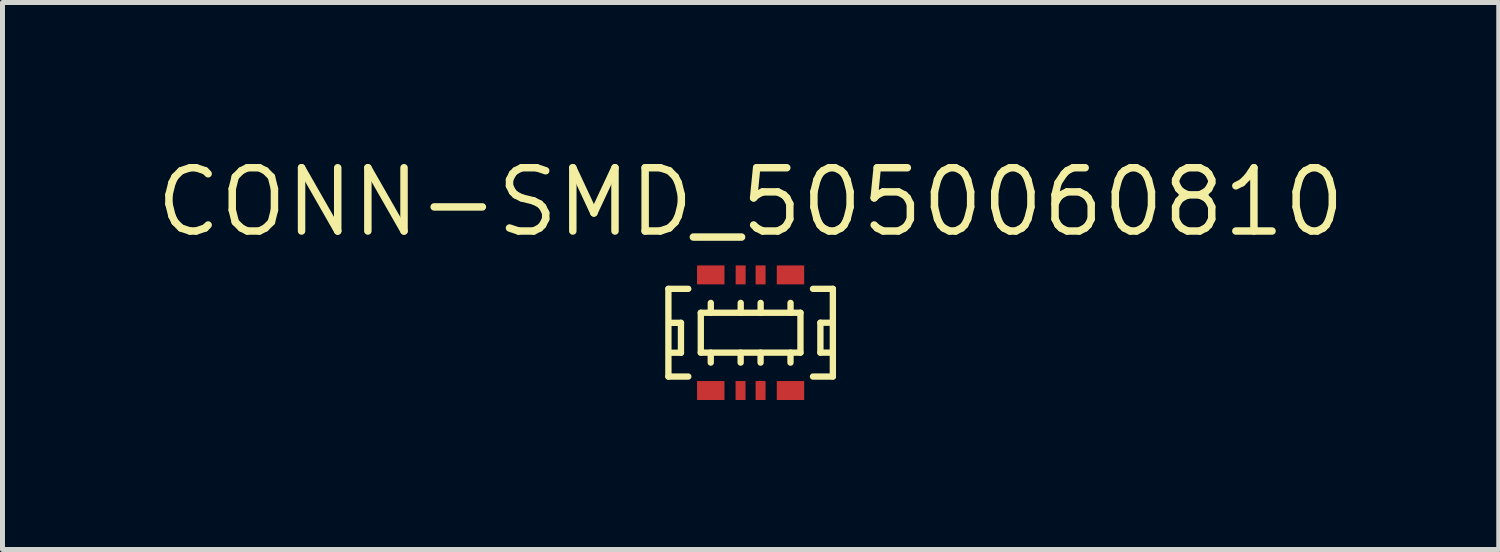
<source format=kicad_pcb>
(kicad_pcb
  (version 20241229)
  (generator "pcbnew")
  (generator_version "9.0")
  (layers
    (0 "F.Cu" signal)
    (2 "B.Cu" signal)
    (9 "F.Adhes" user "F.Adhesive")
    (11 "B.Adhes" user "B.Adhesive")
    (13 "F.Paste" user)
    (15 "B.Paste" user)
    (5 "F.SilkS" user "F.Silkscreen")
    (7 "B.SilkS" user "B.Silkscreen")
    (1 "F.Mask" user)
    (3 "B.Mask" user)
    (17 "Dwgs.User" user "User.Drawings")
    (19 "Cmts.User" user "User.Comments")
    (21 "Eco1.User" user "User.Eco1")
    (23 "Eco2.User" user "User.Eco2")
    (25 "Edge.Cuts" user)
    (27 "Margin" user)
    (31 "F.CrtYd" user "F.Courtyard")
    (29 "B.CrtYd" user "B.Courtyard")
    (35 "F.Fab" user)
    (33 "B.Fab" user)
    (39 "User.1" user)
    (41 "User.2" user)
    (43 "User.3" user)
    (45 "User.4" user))
  (footprint "CONN-SMD_5050060810"
    (layer "F.Cu")
    (at 12.012 3.626)
    (property "Reference" "CONN-SMD_5050060810" (at 0 -2.62 0) (layer "F.SilkS") (effects (font (size 1.27 1.27) (thickness 0.15))))
    (attr smd)
    (fp_line (start -1.65 -0.88) (end -1.251 -0.88) (stroke (width 0.127) (type solid)) (layer "F.SilkS"))
    (fp_line (start -1.65 0.88) (end -1.65 -0.88) (stroke (width 0.127) (type solid)) (layer "F.SilkS"))
    (fp_line (start -1.598 -0.198) (end -1.398 -0.198) (stroke (width 0.127) (type solid)) (layer "F.SilkS"))
    (fp_line (start -1.398 -0.198) (end -1.398 0.402) (stroke (width 0.127) (type solid)) (layer "F.SilkS"))
    (fp_line (start -1.398 0.402) (end -1.598 0.402) (stroke (width 0.127) (type solid)) (layer "F.SilkS"))
    (fp_line (start -1.251 0.88) (end -1.65 0.88) (stroke (width 0.127) (type solid)) (layer "F.SilkS"))
    (fp_line (start -1 -0.4) (end -1 0.4) (stroke (width 0.127) (type solid)) (layer "F.SilkS"))
    (fp_line (start -1 -0.4) (end 1 -0.4) (stroke (width 0.127) (type solid)) (layer "F.SilkS"))
    (fp_line (start -0.8 0.4) (end -0.8 0.6) (stroke (width 0.127) (type solid)) (layer "F.SilkS"))
    (fp_line (start -0.799 -0.398) (end -0.799 -0.598) (stroke (width 0.127) (type solid)) (layer "F.SilkS"))
    (fp_line (start -0.2 0.4) (end -0.2 0.6) (stroke (width 0.127) (type solid)) (layer "F.SilkS"))
    (fp_line (start -0.199 -0.398) (end -0.199 -0.598) (stroke (width 0.127) (type solid)) (layer "F.SilkS"))
    (fp_line (start 0.2 0.4) (end 0.2 0.6) (stroke (width 0.127) (type solid)) (layer "F.SilkS"))
    (fp_line (start 0.201 -0.398) (end 0.201 -0.598) (stroke (width 0.127) (type solid)) (layer "F.SilkS"))
    (fp_line (start 0.8 0.4) (end 0.8 0.6) (stroke (width 0.127) (type solid)) (layer "F.SilkS"))
    (fp_line (start 0.801 -0.398) (end 0.801 -0.598) (stroke (width 0.127) (type solid)) (layer "F.SilkS"))
    (fp_line (start 1 -0.4) (end 1 0.4) (stroke (width 0.127) (type solid)) (layer "F.SilkS"))
    (fp_line (start 1 0.4) (end -1 0.4) (stroke (width 0.127) (type solid)) (layer "F.SilkS"))
    (fp_line (start 1.251 -0.88) (end 1.65 -0.88) (stroke (width 0.127) (type solid)) (layer "F.SilkS"))
    (fp_line (start 1.4 -0.2) (end 1.4 0.4) (stroke (width 0.127) (type solid)) (layer "F.SilkS"))
    (fp_line (start 1.4 0.4) (end 1.6 0.4) (stroke (width 0.127) (type solid)) (layer "F.SilkS"))
    (fp_line (start 1.6 -0.2) (end 1.4 -0.2) (stroke (width 0.127) (type solid)) (layer "F.SilkS"))
    (fp_line (start 1.65 -0.88) (end 1.65 0.88) (stroke (width 0.127) (type solid)) (layer "F.SilkS"))
    (fp_line (start 1.65 0.88) (end 1.251 0.88) (stroke (width 0.127) (type solid)) (layer "F.SilkS"))
    (fp_text user "" (at 0 0 0) (layer "Cmts.User") (effects (font (size 1 1) (thickness 0.15))))
    (pad "1" smd rect (at -0.8 1.16 90) (size 0.38 0.55) (layers "F.Cu" "F.Mask" "F.Paste"))
    (pad "2" smd rect (at -0.8 -1.16 270) (size 0.38 0.55) (layers "F.Cu" "F.Mask" "F.Paste"))
    (pad "3" smd rect (at -0.202 1.16 270) (size 0.38 0.2) (layers "F.Cu" "F.Mask" "F.Paste"))
    (pad "4" smd rect (at -0.2 -1.16 270) (size 0.38 0.2) (layers "F.Cu" "F.Mask" "F.Paste"))
    (pad "5" smd rect (at 0.2 1.16 270) (size 0.38 0.2) (layers "F.Cu" "F.Mask" "F.Paste"))
    (pad "6" smd rect (at 0.2 -1.16 270) (size 0.38 0.2) (layers "F.Cu" "F.Mask" "F.Paste"))
    (pad "7" smd rect (at 0.8 1.16 270) (size 0.38 0.55) (layers "F.Cu" "F.Mask" "F.Paste"))
    (pad "8" smd rect (at 0.8 -1.16 270) (size 0.38 0.55) (layers "F.Cu" "F.Mask" "F.Paste")))
  (gr_rect
    (start -3 -3)
    (end 27.024 7.976)
    (stroke (width 0.1) (type default))
    (fill no)
    (layer "Edge.Cuts")))
</source>
